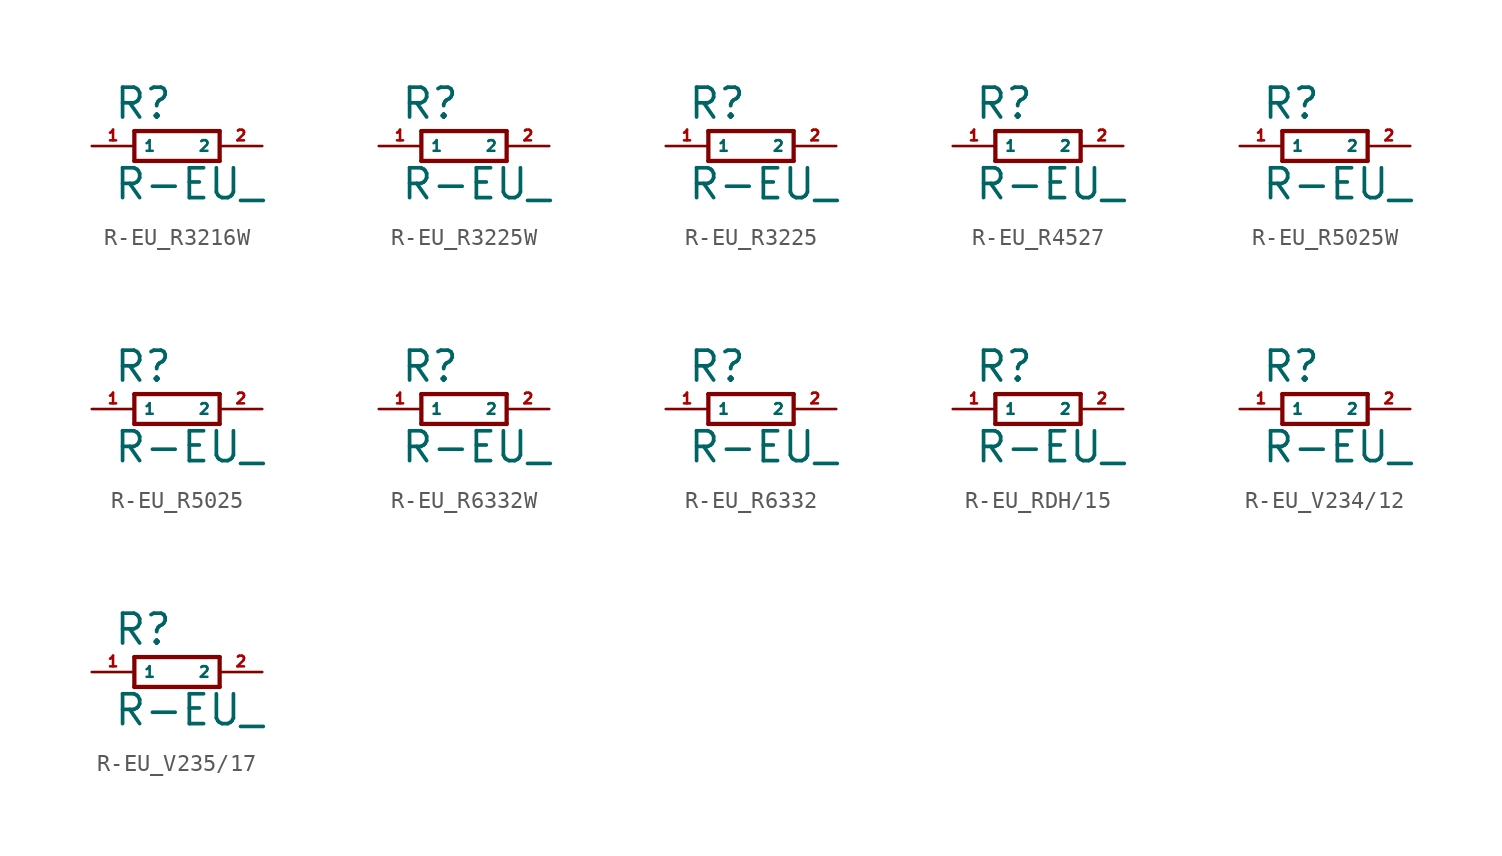
<source format=kicad_sym>
(kicad_symbol_lib
  (version 20220914)
  (generator Eagle2Kicad)
  (symbol "R-EU_R3216W"
    (property "Reference" "R"
      (at -3.81 1.499 0)
      (effects (font (size 1.778 1.778) (thickness 0.22)) (justify left bottom)))
    (property "Value" "R-EU_"
      (at -3.81 -3.302 0)
      (effects (font (size 1.778 1.778) (thickness 0.22)) (justify left bottom)))
    (polyline
      (pts (xy -2.54 -0.889) (xy 2.54 -0.889))
      (stroke (width 0.254) (type default))
      (fill (type none)))
    (polyline
      (pts (xy 2.54 0.889) (xy -2.54 0.889))
      (stroke (width 0.254) (type default))
      (fill (type none)))
    (polyline
      (pts (xy 2.54 -0.889) (xy 2.54 0.889))
      (stroke (width 0.254) (type default))
      (fill (type none)))
    (polyline
      (pts (xy -2.54 -0.889) (xy -2.54 0.889))
      (stroke (width 0.254) (type default))
      (fill (type none)))
    (pin passive line
      (at 5.08 0 180)
      (length 2.54)
      (name "2" (effects (font (size 0.635 0.635) (thickness 0.08)) (justify left bottom)))
      (number "2" (effects (font (size 0.635 0.635) (thickness 0.08)) (justify left bottom))))
    (pin passive line
      (at -5.08 0 0)
      (length 2.54)
      (name "1" (effects (font (size 0.635 0.635) (thickness 0.08)) (justify left bottom)))
      (number "1" (effects (font (size 0.635 0.635) (thickness 0.08)) (justify left bottom)))))
  (symbol "R-EU_R3225W"
    (property "Reference" "R"
      (at -3.81 1.499 0)
      (effects (font (size 1.778 1.778) (thickness 0.22)) (justify left bottom)))
    (property "Value" "R-EU_"
      (at -3.81 -3.302 0)
      (effects (font (size 1.778 1.778) (thickness 0.22)) (justify left bottom)))
    (polyline
      (pts (xy -2.54 -0.889) (xy 2.54 -0.889))
      (stroke (width 0.254) (type default))
      (fill (type none)))
    (polyline
      (pts (xy 2.54 0.889) (xy -2.54 0.889))
      (stroke (width 0.254) (type default))
      (fill (type none)))
    (polyline
      (pts (xy 2.54 -0.889) (xy 2.54 0.889))
      (stroke (width 0.254) (type default))
      (fill (type none)))
    (polyline
      (pts (xy -2.54 -0.889) (xy -2.54 0.889))
      (stroke (width 0.254) (type default))
      (fill (type none)))
    (pin passive line
      (at 5.08 0 180)
      (length 2.54)
      (name "2" (effects (font (size 0.635 0.635) (thickness 0.08)) (justify left bottom)))
      (number "2" (effects (font (size 0.635 0.635) (thickness 0.08)) (justify left bottom))))
    (pin passive line
      (at -5.08 0 0)
      (length 2.54)
      (name "1" (effects (font (size 0.635 0.635) (thickness 0.08)) (justify left bottom)))
      (number "1" (effects (font (size 0.635 0.635) (thickness 0.08)) (justify left bottom)))))
  (symbol "R-EU_R3225"
    (property "Reference" "R"
      (at -3.81 1.499 0)
      (effects (font (size 1.778 1.778) (thickness 0.22)) (justify left bottom)))
    (property "Value" "R-EU_"
      (at -3.81 -3.302 0)
      (effects (font (size 1.778 1.778) (thickness 0.22)) (justify left bottom)))
    (polyline
      (pts (xy -2.54 -0.889) (xy 2.54 -0.889))
      (stroke (width 0.254) (type default))
      (fill (type none)))
    (polyline
      (pts (xy 2.54 0.889) (xy -2.54 0.889))
      (stroke (width 0.254) (type default))
      (fill (type none)))
    (polyline
      (pts (xy 2.54 -0.889) (xy 2.54 0.889))
      (stroke (width 0.254) (type default))
      (fill (type none)))
    (polyline
      (pts (xy -2.54 -0.889) (xy -2.54 0.889))
      (stroke (width 0.254) (type default))
      (fill (type none)))
    (pin passive line
      (at 5.08 0 180)
      (length 2.54)
      (name "2" (effects (font (size 0.635 0.635) (thickness 0.08)) (justify left bottom)))
      (number "2" (effects (font (size 0.635 0.635) (thickness 0.08)) (justify left bottom))))
    (pin passive line
      (at -5.08 0 0)
      (length 2.54)
      (name "1" (effects (font (size 0.635 0.635) (thickness 0.08)) (justify left bottom)))
      (number "1" (effects (font (size 0.635 0.635) (thickness 0.08)) (justify left bottom)))))
  (symbol "R-EU_R4527"
    (property "Reference" "R"
      (at -3.81 1.499 0)
      (effects (font (size 1.778 1.778) (thickness 0.22)) (justify left bottom)))
    (property "Value" "R-EU_"
      (at -3.81 -3.302 0)
      (effects (font (size 1.778 1.778) (thickness 0.22)) (justify left bottom)))
    (polyline
      (pts (xy -2.54 -0.889) (xy 2.54 -0.889))
      (stroke (width 0.254) (type default))
      (fill (type none)))
    (polyline
      (pts (xy 2.54 0.889) (xy -2.54 0.889))
      (stroke (width 0.254) (type default))
      (fill (type none)))
    (polyline
      (pts (xy 2.54 -0.889) (xy 2.54 0.889))
      (stroke (width 0.254) (type default))
      (fill (type none)))
    (polyline
      (pts (xy -2.54 -0.889) (xy -2.54 0.889))
      (stroke (width 0.254) (type default))
      (fill (type none)))
    (pin passive line
      (at 5.08 0 180)
      (length 2.54)
      (name "2" (effects (font (size 0.635 0.635) (thickness 0.08)) (justify left bottom)))
      (number "2" (effects (font (size 0.635 0.635) (thickness 0.08)) (justify left bottom))))
    (pin passive line
      (at -5.08 0 0)
      (length 2.54)
      (name "1" (effects (font (size 0.635 0.635) (thickness 0.08)) (justify left bottom)))
      (number "1" (effects (font (size 0.635 0.635) (thickness 0.08)) (justify left bottom)))))
  (symbol "R-EU_R5025W"
    (property "Reference" "R"
      (at -3.81 1.499 0)
      (effects (font (size 1.778 1.778) (thickness 0.22)) (justify left bottom)))
    (property "Value" "R-EU_"
      (at -3.81 -3.302 0)
      (effects (font (size 1.778 1.778) (thickness 0.22)) (justify left bottom)))
    (polyline
      (pts (xy -2.54 -0.889) (xy 2.54 -0.889))
      (stroke (width 0.254) (type default))
      (fill (type none)))
    (polyline
      (pts (xy 2.54 0.889) (xy -2.54 0.889))
      (stroke (width 0.254) (type default))
      (fill (type none)))
    (polyline
      (pts (xy 2.54 -0.889) (xy 2.54 0.889))
      (stroke (width 0.254) (type default))
      (fill (type none)))
    (polyline
      (pts (xy -2.54 -0.889) (xy -2.54 0.889))
      (stroke (width 0.254) (type default))
      (fill (type none)))
    (pin passive line
      (at 5.08 0 180)
      (length 2.54)
      (name "2" (effects (font (size 0.635 0.635) (thickness 0.08)) (justify left bottom)))
      (number "2" (effects (font (size 0.635 0.635) (thickness 0.08)) (justify left bottom))))
    (pin passive line
      (at -5.08 0 0)
      (length 2.54)
      (name "1" (effects (font (size 0.635 0.635) (thickness 0.08)) (justify left bottom)))
      (number "1" (effects (font (size 0.635 0.635) (thickness 0.08)) (justify left bottom)))))
  (symbol "R-EU_R5025"
    (property "Reference" "R"
      (at -3.81 1.499 0)
      (effects (font (size 1.778 1.778) (thickness 0.22)) (justify left bottom)))
    (property "Value" "R-EU_"
      (at -3.81 -3.302 0)
      (effects (font (size 1.778 1.778) (thickness 0.22)) (justify left bottom)))
    (polyline
      (pts (xy -2.54 -0.889) (xy 2.54 -0.889))
      (stroke (width 0.254) (type default))
      (fill (type none)))
    (polyline
      (pts (xy 2.54 0.889) (xy -2.54 0.889))
      (stroke (width 0.254) (type default))
      (fill (type none)))
    (polyline
      (pts (xy 2.54 -0.889) (xy 2.54 0.889))
      (stroke (width 0.254) (type default))
      (fill (type none)))
    (polyline
      (pts (xy -2.54 -0.889) (xy -2.54 0.889))
      (stroke (width 0.254) (type default))
      (fill (type none)))
    (pin passive line
      (at 5.08 0 180)
      (length 2.54)
      (name "2" (effects (font (size 0.635 0.635) (thickness 0.08)) (justify left bottom)))
      (number "2" (effects (font (size 0.635 0.635) (thickness 0.08)) (justify left bottom))))
    (pin passive line
      (at -5.08 0 0)
      (length 2.54)
      (name "1" (effects (font (size 0.635 0.635) (thickness 0.08)) (justify left bottom)))
      (number "1" (effects (font (size 0.635 0.635) (thickness 0.08)) (justify left bottom)))))
  (symbol "R-EU_R6332W"
    (property "Reference" "R"
      (at -3.81 1.499 0)
      (effects (font (size 1.778 1.778) (thickness 0.22)) (justify left bottom)))
    (property "Value" "R-EU_"
      (at -3.81 -3.302 0)
      (effects (font (size 1.778 1.778) (thickness 0.22)) (justify left bottom)))
    (polyline
      (pts (xy -2.54 -0.889) (xy 2.54 -0.889))
      (stroke (width 0.254) (type default))
      (fill (type none)))
    (polyline
      (pts (xy 2.54 0.889) (xy -2.54 0.889))
      (stroke (width 0.254) (type default))
      (fill (type none)))
    (polyline
      (pts (xy 2.54 -0.889) (xy 2.54 0.889))
      (stroke (width 0.254) (type default))
      (fill (type none)))
    (polyline
      (pts (xy -2.54 -0.889) (xy -2.54 0.889))
      (stroke (width 0.254) (type default))
      (fill (type none)))
    (pin passive line
      (at 5.08 0 180)
      (length 2.54)
      (name "2" (effects (font (size 0.635 0.635) (thickness 0.08)) (justify left bottom)))
      (number "2" (effects (font (size 0.635 0.635) (thickness 0.08)) (justify left bottom))))
    (pin passive line
      (at -5.08 0 0)
      (length 2.54)
      (name "1" (effects (font (size 0.635 0.635) (thickness 0.08)) (justify left bottom)))
      (number "1" (effects (font (size 0.635 0.635) (thickness 0.08)) (justify left bottom)))))
  (symbol "R-EU_R6332"
    (property "Reference" "R"
      (at -3.81 1.499 0)
      (effects (font (size 1.778 1.778) (thickness 0.22)) (justify left bottom)))
    (property "Value" "R-EU_"
      (at -3.81 -3.302 0)
      (effects (font (size 1.778 1.778) (thickness 0.22)) (justify left bottom)))
    (polyline
      (pts (xy -2.54 -0.889) (xy 2.54 -0.889))
      (stroke (width 0.254) (type default))
      (fill (type none)))
    (polyline
      (pts (xy 2.54 0.889) (xy -2.54 0.889))
      (stroke (width 0.254) (type default))
      (fill (type none)))
    (polyline
      (pts (xy 2.54 -0.889) (xy 2.54 0.889))
      (stroke (width 0.254) (type default))
      (fill (type none)))
    (polyline
      (pts (xy -2.54 -0.889) (xy -2.54 0.889))
      (stroke (width 0.254) (type default))
      (fill (type none)))
    (pin passive line
      (at 5.08 0 180)
      (length 2.54)
      (name "2" (effects (font (size 0.635 0.635) (thickness 0.08)) (justify left bottom)))
      (number "2" (effects (font (size 0.635 0.635) (thickness 0.08)) (justify left bottom))))
    (pin passive line
      (at -5.08 0 0)
      (length 2.54)
      (name "1" (effects (font (size 0.635 0.635) (thickness 0.08)) (justify left bottom)))
      (number "1" (effects (font (size 0.635 0.635) (thickness 0.08)) (justify left bottom)))))
  (symbol "R-EU_RDH/15"
    (property "Reference" "R"
      (at -3.81 1.499 0)
      (effects (font (size 1.778 1.778) (thickness 0.22)) (justify left bottom)))
    (property "Value" "R-EU_"
      (at -3.81 -3.302 0)
      (effects (font (size 1.778 1.778) (thickness 0.22)) (justify left bottom)))
    (polyline
      (pts (xy -2.54 -0.889) (xy 2.54 -0.889))
      (stroke (width 0.254) (type default))
      (fill (type none)))
    (polyline
      (pts (xy 2.54 0.889) (xy -2.54 0.889))
      (stroke (width 0.254) (type default))
      (fill (type none)))
    (polyline
      (pts (xy 2.54 -0.889) (xy 2.54 0.889))
      (stroke (width 0.254) (type default))
      (fill (type none)))
    (polyline
      (pts (xy -2.54 -0.889) (xy -2.54 0.889))
      (stroke (width 0.254) (type default))
      (fill (type none)))
    (pin passive line
      (at 5.08 0 180)
      (length 2.54)
      (name "2" (effects (font (size 0.635 0.635) (thickness 0.08)) (justify left bottom)))
      (number "2" (effects (font (size 0.635 0.635) (thickness 0.08)) (justify left bottom))))
    (pin passive line
      (at -5.08 0 0)
      (length 2.54)
      (name "1" (effects (font (size 0.635 0.635) (thickness 0.08)) (justify left bottom)))
      (number "1" (effects (font (size 0.635 0.635) (thickness 0.08)) (justify left bottom)))))
  (symbol "R-EU_V234/12"
    (property "Reference" "R"
      (at -3.81 1.499 0)
      (effects (font (size 1.778 1.778) (thickness 0.22)) (justify left bottom)))
    (property "Value" "R-EU_"
      (at -3.81 -3.302 0)
      (effects (font (size 1.778 1.778) (thickness 0.22)) (justify left bottom)))
    (polyline
      (pts (xy -2.54 -0.889) (xy 2.54 -0.889))
      (stroke (width 0.254) (type default))
      (fill (type none)))
    (polyline
      (pts (xy 2.54 0.889) (xy -2.54 0.889))
      (stroke (width 0.254) (type default))
      (fill (type none)))
    (polyline
      (pts (xy 2.54 -0.889) (xy 2.54 0.889))
      (stroke (width 0.254) (type default))
      (fill (type none)))
    (polyline
      (pts (xy -2.54 -0.889) (xy -2.54 0.889))
      (stroke (width 0.254) (type default))
      (fill (type none)))
    (pin passive line
      (at 5.08 0 180)
      (length 2.54)
      (name "2" (effects (font (size 0.635 0.635) (thickness 0.08)) (justify left bottom)))
      (number "2" (effects (font (size 0.635 0.635) (thickness 0.08)) (justify left bottom))))
    (pin passive line
      (at -5.08 0 0)
      (length 2.54)
      (name "1" (effects (font (size 0.635 0.635) (thickness 0.08)) (justify left bottom)))
      (number "1" (effects (font (size 0.635 0.635) (thickness 0.08)) (justify left bottom)))))
  (symbol "R-EU_V235/17"
    (property "Reference" "R"
      (at -3.81 1.499 0)
      (effects (font (size 1.778 1.778) (thickness 0.22)) (justify left bottom)))
    (property "Value" "R-EU_"
      (at -3.81 -3.302 0)
      (effects (font (size 1.778 1.778) (thickness 0.22)) (justify left bottom)))
    (polyline
      (pts (xy -2.54 -0.889) (xy 2.54 -0.889))
      (stroke (width 0.254) (type default))
      (fill (type none)))
    (polyline
      (pts (xy 2.54 0.889) (xy -2.54 0.889))
      (stroke (width 0.254) (type default))
      (fill (type none)))
    (polyline
      (pts (xy 2.54 -0.889) (xy 2.54 0.889))
      (stroke (width 0.254) (type default))
      (fill (type none)))
    (polyline
      (pts (xy -2.54 -0.889) (xy -2.54 0.889))
      (stroke (width 0.254) (type default))
      (fill (type none)))
    (pin passive line
      (at 5.08 0 180)
      (length 2.54)
      (name "2" (effects (font (size 0.635 0.635) (thickness 0.08)) (justify left bottom)))
      (number "2" (effects (font (size 0.635 0.635) (thickness 0.08)) (justify left bottom))))
    (pin passive line
      (at -5.08 0 0)
      (length 2.54)
      (name "1" (effects (font (size 0.635 0.635) (thickness 0.08)) (justify left bottom)))
      (number "1" (effects (font (size 0.635 0.635) (thickness 0.08)) (justify left bottom))))))
</source>
